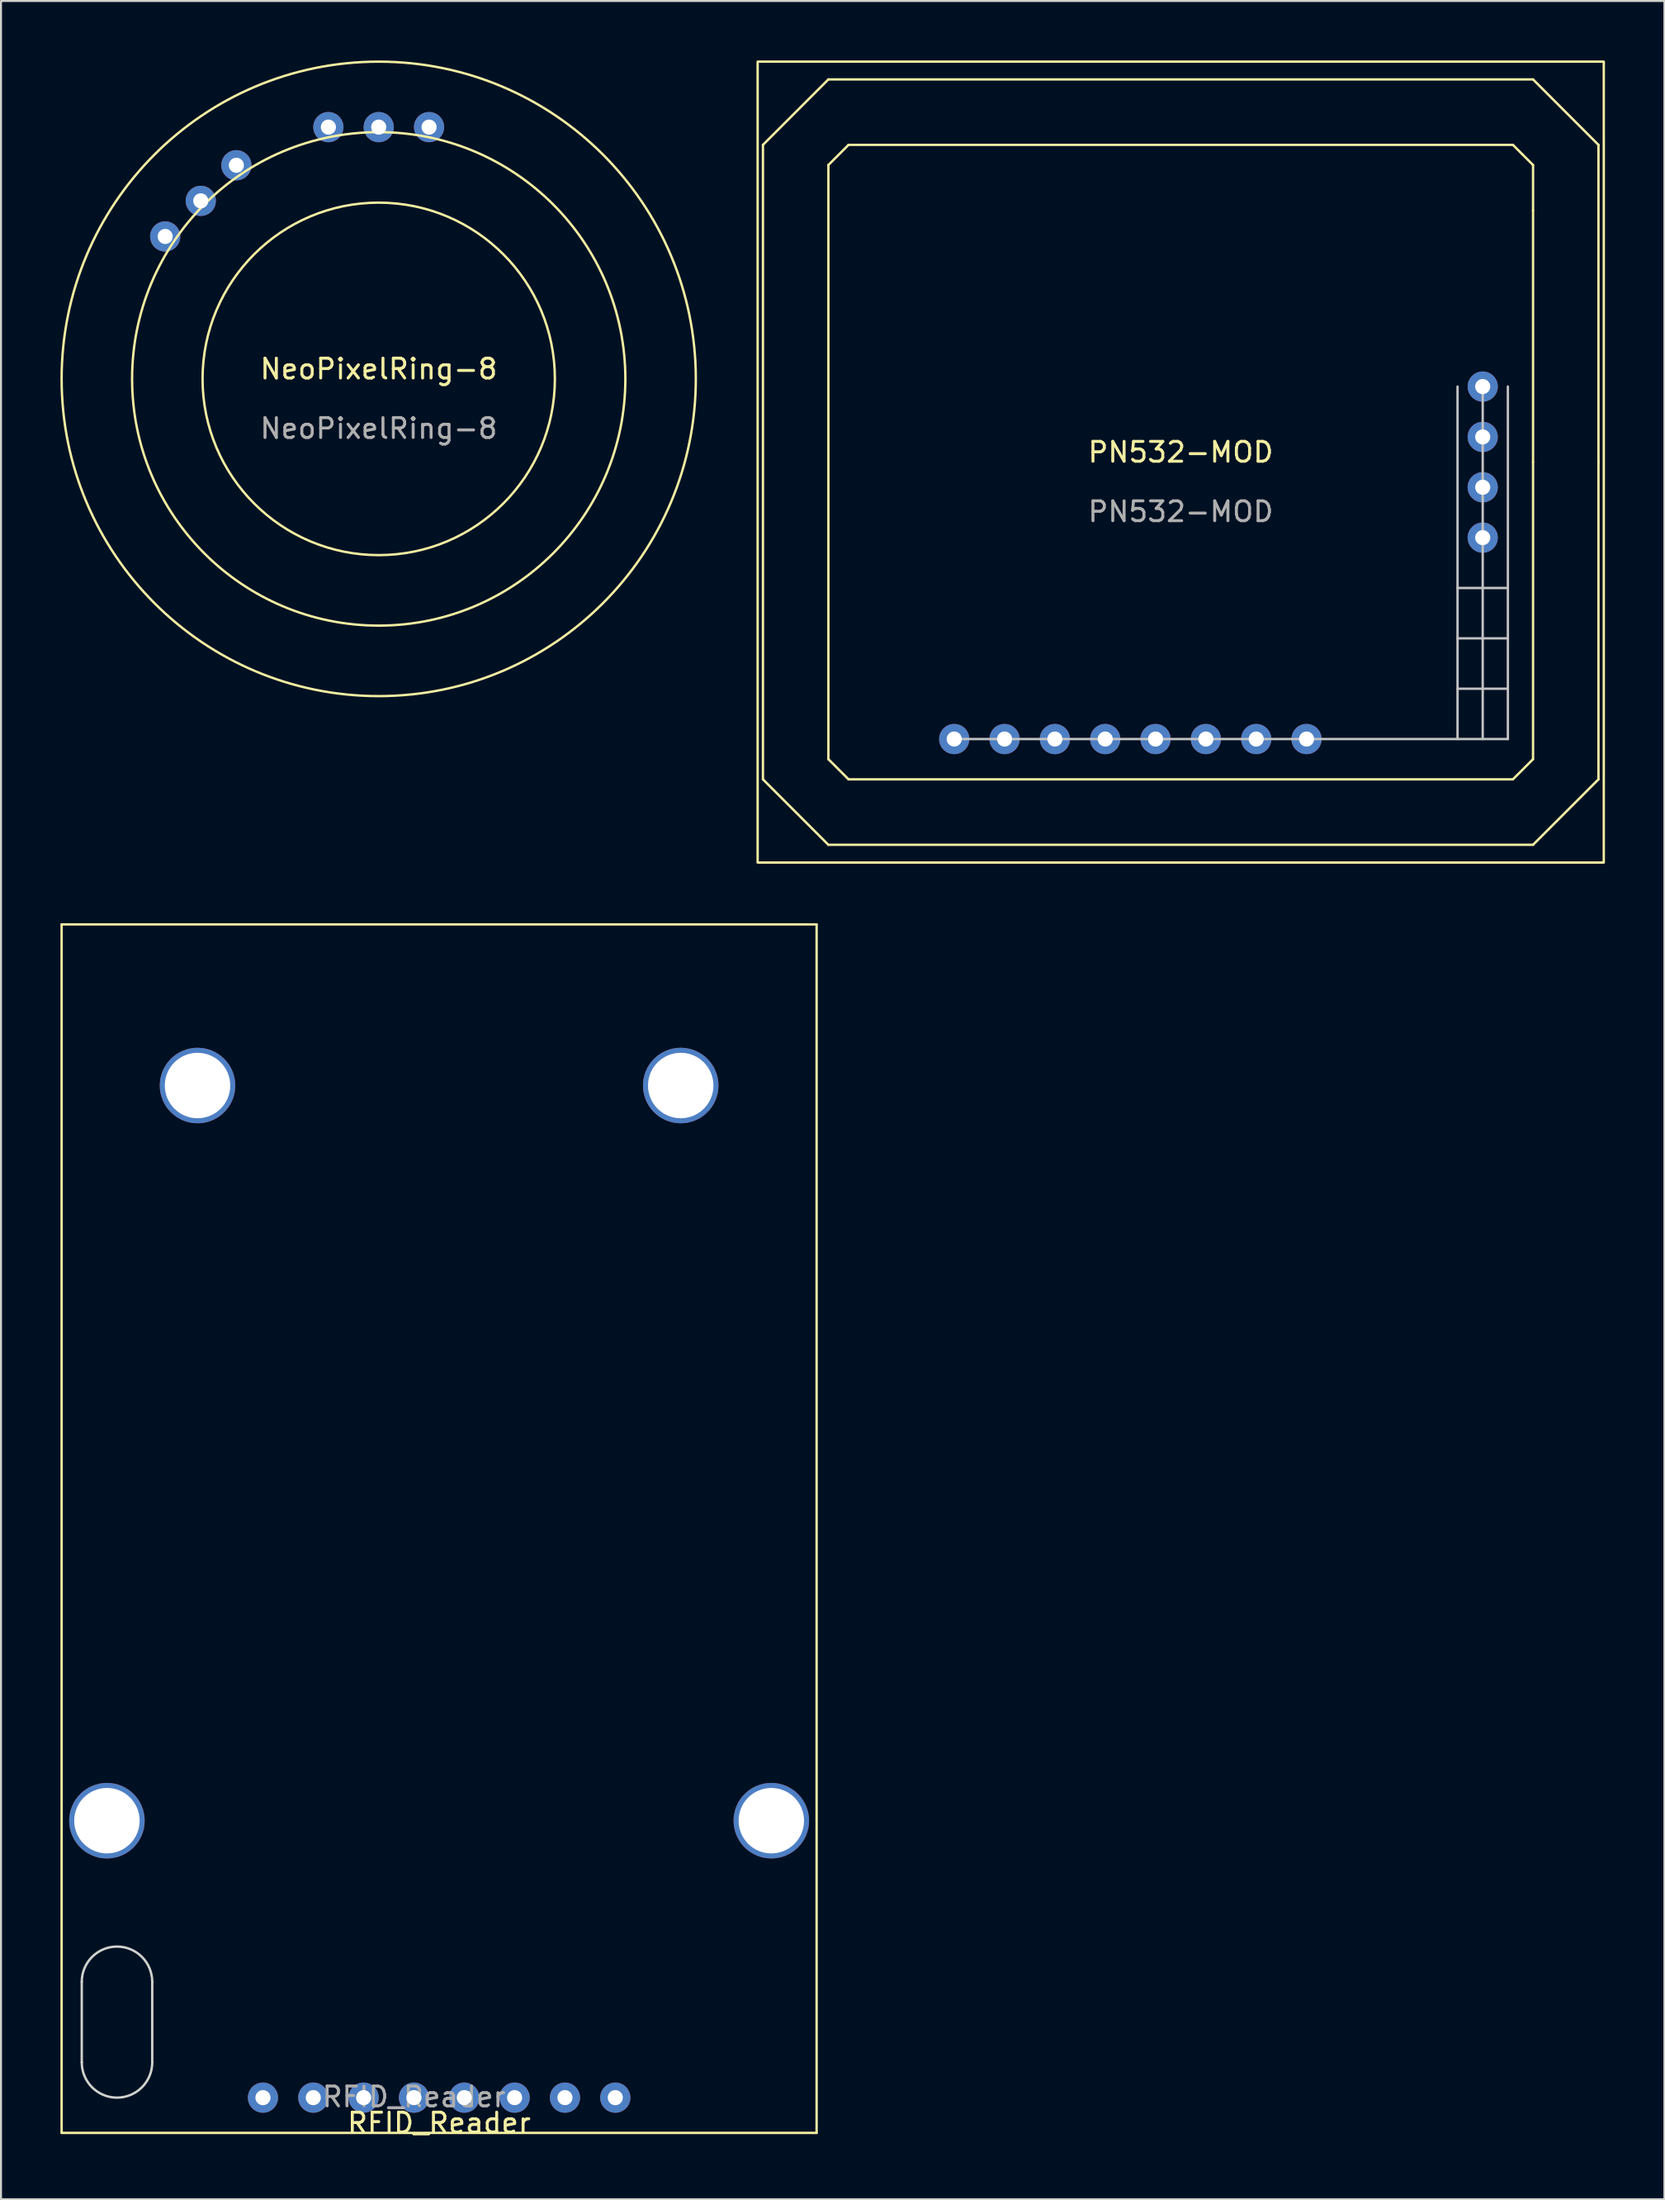
<source format=kicad_pcb>
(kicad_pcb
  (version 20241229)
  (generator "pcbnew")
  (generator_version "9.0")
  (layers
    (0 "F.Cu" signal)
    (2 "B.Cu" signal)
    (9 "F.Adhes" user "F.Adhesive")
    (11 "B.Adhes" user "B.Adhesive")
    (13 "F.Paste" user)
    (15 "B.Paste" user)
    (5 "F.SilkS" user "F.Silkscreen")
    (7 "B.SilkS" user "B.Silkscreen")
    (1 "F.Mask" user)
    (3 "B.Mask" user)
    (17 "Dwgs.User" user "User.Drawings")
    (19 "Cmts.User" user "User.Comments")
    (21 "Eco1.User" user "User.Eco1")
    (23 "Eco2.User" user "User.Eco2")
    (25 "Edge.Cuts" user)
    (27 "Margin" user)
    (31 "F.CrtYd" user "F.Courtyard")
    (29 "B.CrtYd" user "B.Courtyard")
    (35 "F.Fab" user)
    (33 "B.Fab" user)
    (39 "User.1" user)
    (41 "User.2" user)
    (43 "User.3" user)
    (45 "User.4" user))
  (footprint "PN532-MOD"
    (layer "F.Cu")
    (at 56.534 20.26)
    (property "Reference" "PN532-MOD" (at 0 -0.5 0) (unlocked yes) (layer "F.SilkS") (effects (font (size 1 1) (thickness 0.15))))
    (attr through_hole)
    (fp_line (start -21.082 -16.002) (end -21.082 16.002) (stroke (width 0.12) (type solid)) (layer "F.SilkS"))
    (fp_line (start -21.082 16.002) (end -17.78 19.304) (stroke (width 0.12) (type solid)) (layer "F.SilkS"))
    (fp_line (start -17.78 -19.304) (end -21.082 -16.002) (stroke (width 0.12) (type solid)) (layer "F.SilkS"))
    (fp_line (start -17.78 -14.986) (end -17.78 14.986) (stroke (width 0.12) (type solid)) (layer "F.SilkS"))
    (fp_line (start -17.78 14.986) (end -16.764 16.002) (stroke (width 0.12) (type solid)) (layer "F.SilkS"))
    (fp_line (start -17.78 19.304) (end 17.78 19.304) (stroke (width 0.12) (type solid)) (layer "F.SilkS"))
    (fp_line (start -16.764 -16.002) (end -17.78 -14.986) (stroke (width 0.12) (type solid)) (layer "F.SilkS"))
    (fp_line (start -16.764 16.002) (end 16.764 16.002) (stroke (width 0.12) (type solid)) (layer "F.SilkS"))
    (fp_line (start 16.764 -16.002) (end -16.764 -16.002) (stroke (width 0.12) (type solid)) (layer "F.SilkS"))
    (fp_line (start 16.764 16.002) (end 17.78 14.986) (stroke (width 0.12) (type solid)) (layer "F.SilkS"))
    (fp_line (start 17.272 -15.494) (end 16.764 -16.002) (stroke (width 0.12) (type solid)) (layer "F.SilkS"))
    (fp_line (start 17.272 -15.494) (end 17.78 -14.986) (stroke (width 0.12) (type solid)) (layer "F.SilkS"))
    (fp_line (start 17.78 -19.304) (end -17.78 -19.304) (stroke (width 0.12) (type solid)) (layer "F.SilkS"))
    (fp_line (start 17.78 -14.986) (end 17.78 -12.7) (stroke (width 0.12) (type solid)) (layer "F.SilkS"))
    (fp_line (start 17.78 0) (end 17.78 -12.7) (stroke (width 0.12) (type solid)) (layer "F.SilkS"))
    (fp_line (start 17.78 14.986) (end 17.78 0) (stroke (width 0.12) (type solid)) (layer "F.SilkS"))
    (fp_line (start 17.78 19.304) (end 21.082 16.002) (stroke (width 0.12) (type solid)) (layer "F.SilkS"))
    (fp_line (start 21.082 -16.002) (end 17.78 -19.304) (stroke (width 0.12) (type solid)) (layer "F.SilkS"))
    (fp_line (start 21.082 0) (end 21.082 -16.002) (stroke (width 0.12) (type solid)) (layer "F.SilkS"))
    (fp_line (start 21.082 16.002) (end 21.082 0) (stroke (width 0.12) (type solid)) (layer "F.SilkS"))
    (fp_rect (start -21.35 20.2) (end 21.35 -20.2) (stroke (width 0.12) (type solid)) (fill no) (layer "F.SilkS"))
    (fp_line (start -11.43 13.97) (end 16.51 13.97) (stroke (width 0.12) (type solid)) (layer "Dwgs.User"))
    (fp_line (start 13.97 13.97) (end 13.97 -3.81) (stroke (width 0.12) (type solid)) (layer "Dwgs.User"))
    (fp_line (start 15.24 -3.81) (end 15.24 13.97) (stroke (width 0.12) (type solid)) (layer "Dwgs.User"))
    (fp_line (start 16.51 6.35) (end 13.97 6.35) (stroke (width 0.12) (type solid)) (layer "Dwgs.User"))
    (fp_line (start 16.51 8.89) (end 13.97 8.89) (stroke (width 0.12) (type solid)) (layer "Dwgs.User"))
    (fp_line (start 16.51 11.43) (end 13.97 11.43) (stroke (width 0.12) (type solid)) (layer "Dwgs.User"))
    (fp_line (start 16.51 13.97) (end 16.51 -3.81) (stroke (width 0.12) (type solid)) (layer "Dwgs.User"))
    (fp_text user "${REFERENCE}" (at 0 2.5 0) (unlocked yes) (layer "F.Fab") (effects (font (size 1 1) (thickness 0.15))))
    (pad "1" thru_hole circle (at -11.43 13.97) (size 1.524 1.524) (drill 0.762) (layers "*.Cu" "*.Mask"))
    (pad "2" thru_hole circle (at -8.89 13.97) (size 1.524 1.524) (drill 0.762) (layers "*.Cu" "*.Mask"))
    (pad "3" thru_hole circle (at -6.35 13.97) (size 1.524 1.524) (drill 0.762) (layers "*.Cu" "*.Mask"))
    (pad "4" thru_hole circle (at -3.81 13.97) (size 1.524 1.524) (drill 0.762) (layers "*.Cu" "*.Mask"))
    (pad "5" thru_hole circle (at -1.27 13.97) (size 1.524 1.524) (drill 0.762) (layers "*.Cu" "*.Mask"))
    (pad "6" thru_hole circle (at 1.27 13.97) (size 1.524 1.524) (drill 0.762) (layers "*.Cu" "*.Mask"))
    (pad "7" thru_hole circle (at 3.81 13.97) (size 1.524 1.524) (drill 0.762) (layers "*.Cu" "*.Mask"))
    (pad "8" thru_hole circle (at 6.35 13.97) (size 1.524 1.524) (drill 0.762) (layers "*.Cu" "*.Mask"))
    (pad "9" thru_hole circle (at 15.24 3.81) (size 1.524 1.524) (drill 0.762) (layers "*.Cu" "*.Mask"))
    (pad "10" thru_hole circle (at 15.24 1.27) (size 1.524 1.524) (drill 0.762) (layers "*.Cu" "*.Mask"))
    (pad "11" thru_hole circle (at 15.24 -1.27) (size 1.524 1.524) (drill 0.762) (layers "*.Cu" "*.Mask"))
    (pad "12" thru_hole circle (at 15.24 -3.81) (size 1.524 1.524) (drill 0.762) (layers "*.Cu" "*.Mask")))
  (footprint "RFID_Reader"
    (layer "F.Cu")
    (at 19.11 104.54)
    (property "Reference" "RFID_Reader" (at 0 -0.5 0) (unlocked yes) (layer "F.SilkS") (effects (font (size 1 1) (thickness 0.15))))
    (attr through_hole)
    (fp_line (start -19.05 -60.96) (end -19.05 0) (stroke (width 0.12) (type solid)) (layer "F.SilkS"))
    (fp_line (start -19.05 0) (end 0 0) (stroke (width 0.12) (type solid)) (layer "F.SilkS"))
    (fp_line (start 0 0) (end 19.05 0) (stroke (width 0.12) (type solid)) (layer "F.SilkS"))
    (fp_line (start 19.05 -60.96) (end -19.05 -60.96) (stroke (width 0.12) (type solid)) (layer "F.SilkS"))
    (fp_line (start 19.05 0) (end 19.05 -60.96) (stroke (width 0.12) (type solid)) (layer "F.SilkS"))
    (fp_line (start -18.034 -3.556) (end -18.034 -7.62) (stroke (width 0.12) (type solid)) (layer "Edge.Cuts"))
    (fp_line (start -14.478 -7.62) (end -14.478 -3.556) (stroke (width 0.12) (type solid)) (layer "Edge.Cuts"))
    (fp_arc (start -18.034 -7.62) (mid -16.256 -9.398) (end -14.478 -7.62) (stroke (width 0.12) (type solid)) (layer "Edge.Cuts"))
    (fp_arc (start -14.478 -3.556) (mid -16.256 -1.778) (end -18.034 -3.556) (stroke (width 0.12) (type solid)) (layer "Edge.Cuts"))
    (fp_text user "${REFERENCE}" (at -1.27 -1.818 0) (unlocked yes) (layer "F.Fab") (effects (font (size 1 1) (thickness 0.15))))
    (pad "" np_thru_hole circle (at -16.764 -15.748) (size 3.81 3.81) (drill 3.302) (layers "*.Cu" "*.Mask"))
    (pad "" np_thru_hole circle (at -12.192 -52.832) (size 3.81 3.81) (drill 3.302) (layers "*.Cu" "*.Mask"))
    (pad "" np_thru_hole circle (at 12.192 -52.832) (size 3.81 3.81) (drill 3.302) (layers "*.Cu" "*.Mask"))
    (pad "" np_thru_hole circle (at 16.764 -15.748) (size 3.81 3.81) (drill 3.302) (layers "*.Cu" "*.Mask"))
    (pad "1" thru_hole circle (at 8.89 -1.778) (size 1.524 1.524) (drill 0.762) (layers "*.Cu" "*.Mask"))
    (pad "2" thru_hole circle (at 6.35 -1.778) (size 1.524 1.524) (drill 0.762) (layers "*.Cu" "*.Mask"))
    (pad "3" thru_hole circle (at 3.81 -1.778) (size 1.524 1.524) (drill 0.762) (layers "*.Cu" "*.Mask"))
    (pad "4" thru_hole circle (at 1.27 -1.778) (size 1.524 1.524) (drill 0.762) (layers "*.Cu" "*.Mask"))
    (pad "5" thru_hole circle (at -1.27 -1.778) (size 1.524 1.524) (drill 0.762) (layers "*.Cu" "*.Mask"))
    (pad "6" thru_hole circle (at -3.81 -1.778) (size 1.524 1.524) (drill 0.762) (layers "*.Cu" "*.Mask"))
    (pad "7" thru_hole circle (at -6.35 -1.778) (size 1.524 1.524) (drill 0.762) (layers "*.Cu" "*.Mask"))
    (pad "8" thru_hole circle (at -8.89 -1.778) (size 1.524 1.524) (drill 0.762) (layers "*.Cu" "*.Mask")))
  (footprint "NeoPixelRing-8"
    (layer "F.Cu")
    (at 16.062 16.062)
    (property "Reference" "NeoPixelRing-8" (at 0 -0.5 0) (unlocked yes) (layer "F.SilkS") (effects (font (size 1 1) (thickness 0.15))))
    (attr through_hole)
    (fp_circle (center 0 0) (end 8.89 0) (stroke (width 0.12) (type solid)) (fill no) (layer "F.SilkS"))
    (fp_circle (center 0 0) (end 12.446 0) (stroke (width 0.12) (type solid)) (fill no) (layer "F.SilkS"))
    (fp_circle (center 0 0) (end 16.002 0) (stroke (width 0.12) (type solid)) (fill no) (layer "F.SilkS"))
    (fp_text user "${REFERENCE}" (at 0 2.5 0) (unlocked yes) (layer "F.Fab") (effects (font (size 1 1) (thickness 0.15))))
    (pad "1" thru_hole circle (at 2.54 -12.7 225) (size 1.524 1.524) (drill 0.762) (layers "*.Cu" "*.Mask"))
    (pad "2" thru_hole circle (at 0 -12.7 225) (size 1.524 1.524) (drill 0.762) (layers "*.Cu" "*.Mask"))
    (pad "3" thru_hole circle (at -2.54 -12.7 225) (size 1.524 1.524) (drill 0.762) (layers "*.Cu" "*.Mask"))
    (pad "4" thru_hole circle (at -7.184 -10.776 225) (size 1.524 1.524) (drill 0.762) (layers "*.Cu" "*.Mask"))
    (pad "5" thru_hole circle (at -8.98 -8.98 225) (size 1.524 1.524) (drill 0.762) (layers "*.Cu" "*.Mask"))
    (pad "6" thru_hole circle (at -10.776 -7.184 225) (size 1.524 1.524) (drill 0.762) (layers "*.Cu" "*.Mask")))
  (gr_rect
    (start -3 -3)
    (end 80.944 107.888)
    (stroke (width 0.1) (type default))
    (fill no)
    (layer "Edge.Cuts")))
</source>
